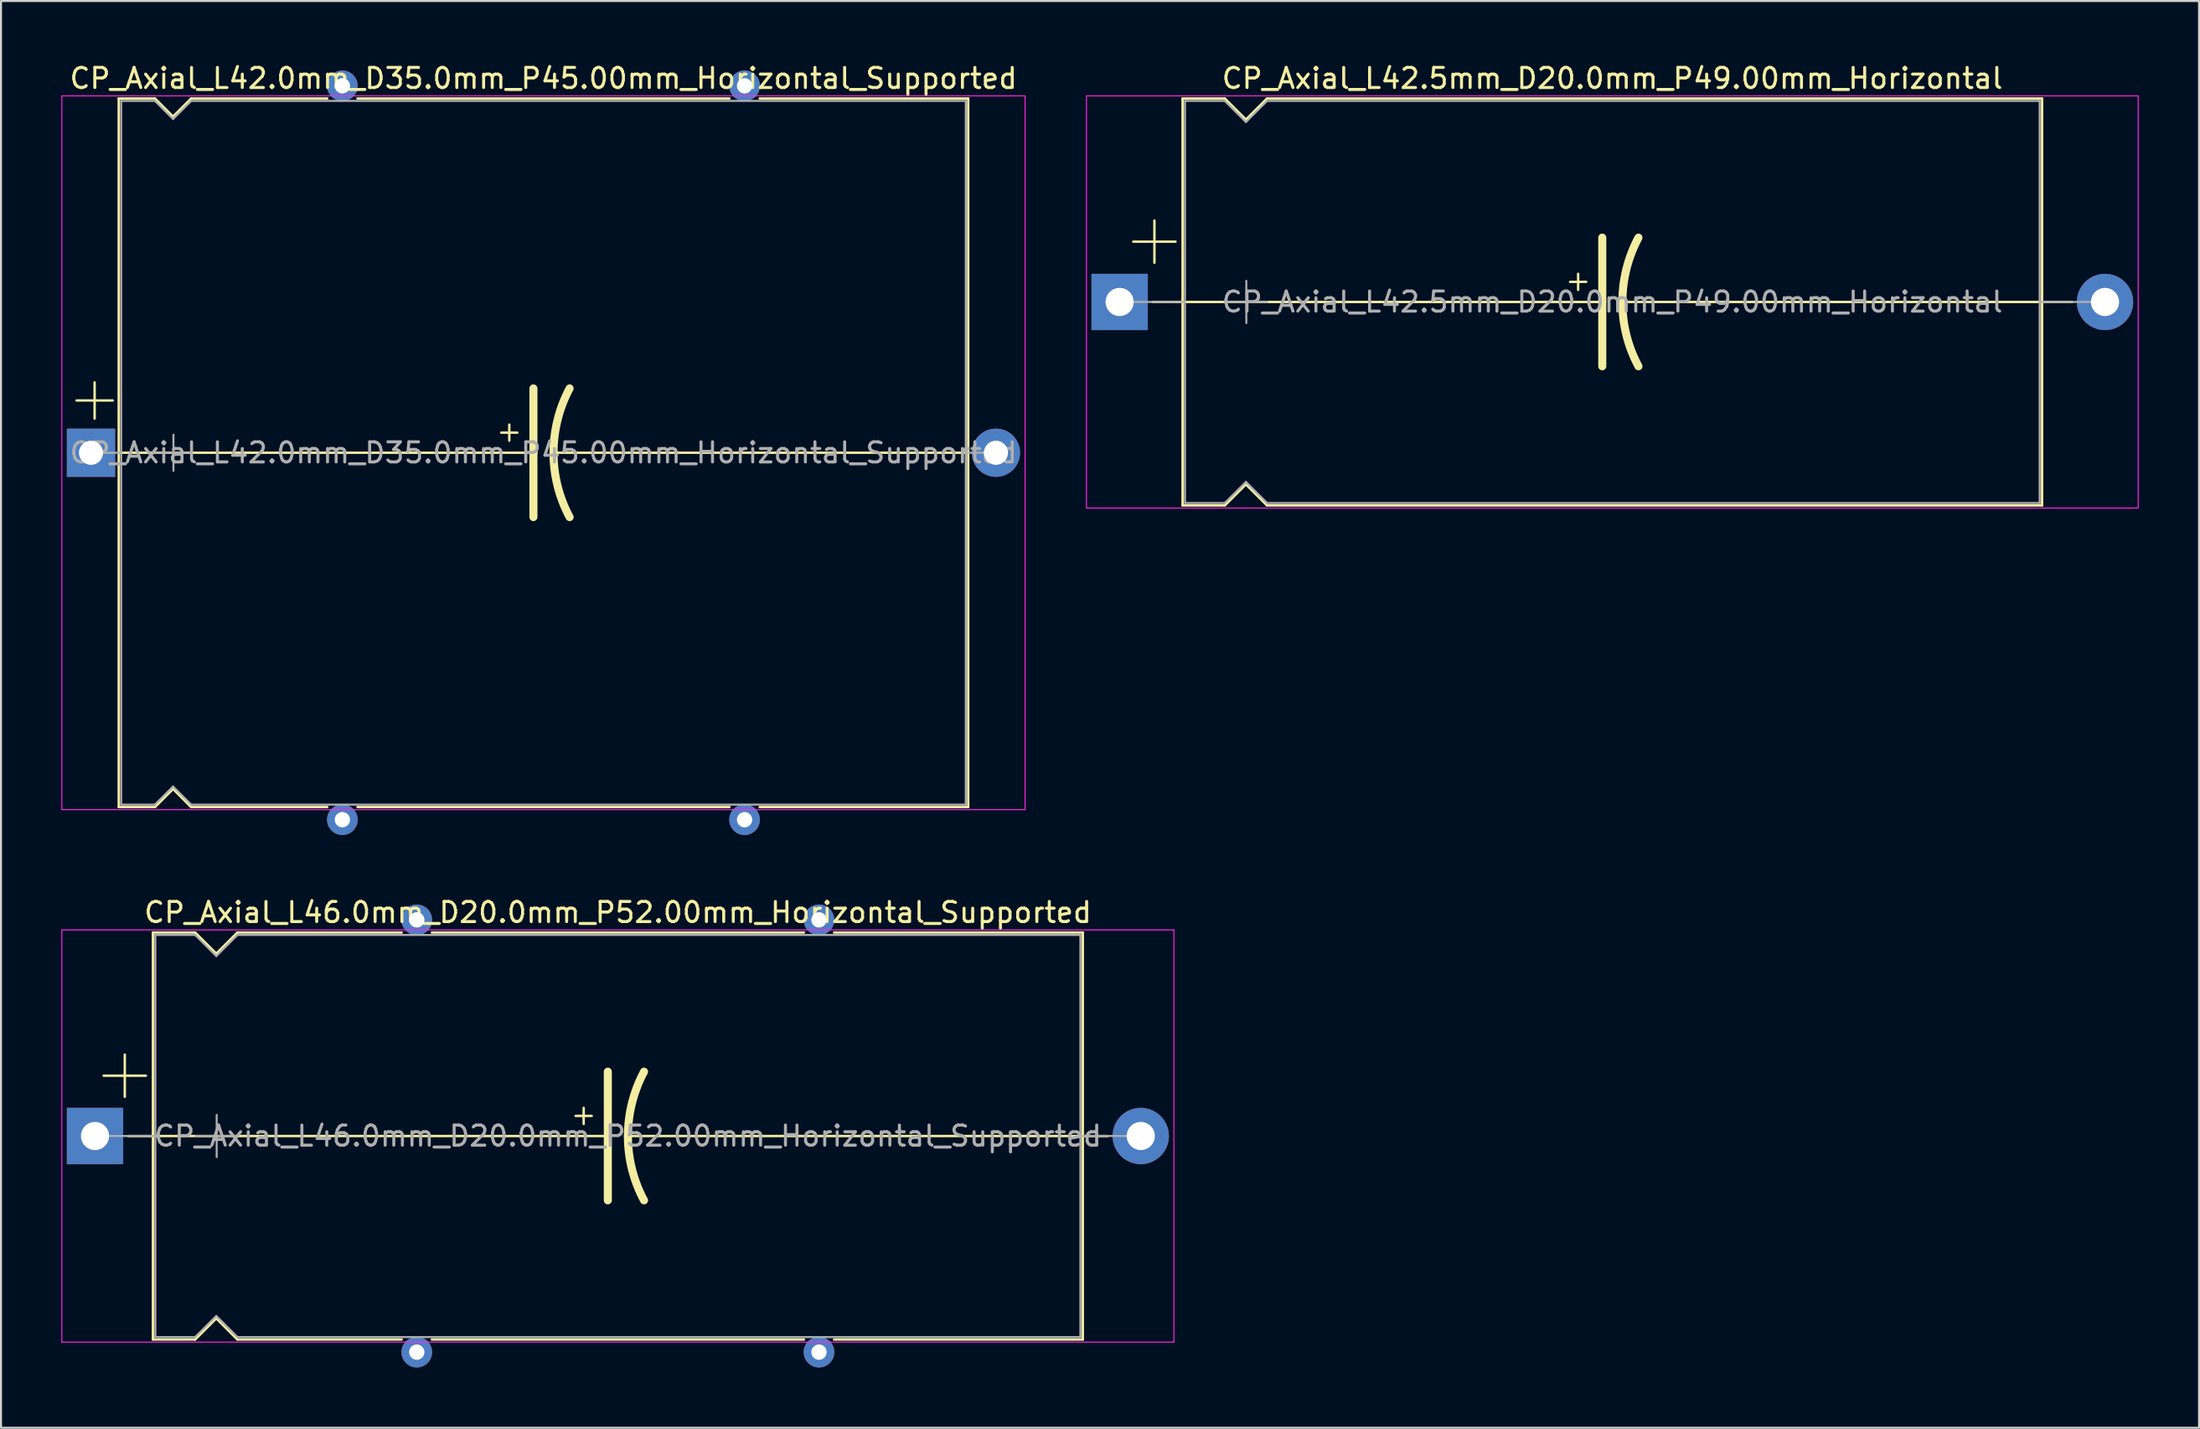
<source format=kicad_pcb>
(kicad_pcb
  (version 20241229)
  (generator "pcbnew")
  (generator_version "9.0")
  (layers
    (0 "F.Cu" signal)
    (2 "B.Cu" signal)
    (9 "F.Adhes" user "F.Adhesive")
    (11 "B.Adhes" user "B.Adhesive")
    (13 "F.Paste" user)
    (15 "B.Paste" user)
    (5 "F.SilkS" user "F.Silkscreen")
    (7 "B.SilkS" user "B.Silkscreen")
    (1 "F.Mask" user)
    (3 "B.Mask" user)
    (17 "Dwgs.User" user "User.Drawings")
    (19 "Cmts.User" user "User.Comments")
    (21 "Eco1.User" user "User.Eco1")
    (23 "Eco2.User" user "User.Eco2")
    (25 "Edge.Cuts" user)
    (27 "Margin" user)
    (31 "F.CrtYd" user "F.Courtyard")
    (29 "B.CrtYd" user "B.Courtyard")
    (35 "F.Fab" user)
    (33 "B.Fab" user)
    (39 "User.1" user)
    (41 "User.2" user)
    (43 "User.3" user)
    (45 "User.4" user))
  (footprint "CP_Axial_L42.0mm_D35.0mm_P45.00mm_Horizontal_Supported"
    (layer "F.Cu")
    (at 1.475 19.468)
    (property "Reference" "CP_Axial_L42.0mm_D35.0mm_P45.00mm_Horizontal_Supported" (at 22.5 -18.62 0) (layer "F.SilkS") (effects (font (size 1 1) (thickness 0.15))))
    (attr through_hole)
    (fp_line (start -0.72 -2.6) (end 1.08 -2.6) (stroke (width 0.12) (type solid)) (layer "F.SilkS"))
    (fp_line (start 0.18 -3.5) (end 0.18 -1.7) (stroke (width 0.12) (type solid)) (layer "F.SilkS"))
    (fp_line (start 1.38 -17.62) (end 1.38 17.62) (stroke (width 0.12) (type solid)) (layer "F.SilkS"))
    (fp_line (start 1.38 -17.62) (end 3.18 -17.62) (stroke (width 0.12) (type solid)) (layer "F.SilkS"))
    (fp_line (start 1.38 0) (end 22 0) (stroke (width 0.12) (type solid)) (layer "F.SilkS"))
    (fp_line (start 1.38 17.62) (end 3.18 17.62) (stroke (width 0.12) (type solid)) (layer "F.SilkS"))
    (fp_line (start 3.18 -17.62) (end 4.08 -16.72) (stroke (width 0.12) (type solid)) (layer "F.SilkS"))
    (fp_line (start 3.18 17.62) (end 4.08 16.72) (stroke (width 0.12) (type solid)) (layer "F.SilkS"))
    (fp_line (start 4.08 -16.72) (end 4.98 -17.62) (stroke (width 0.12) (type solid)) (layer "F.SilkS"))
    (fp_line (start 4.08 16.72) (end 4.98 17.62) (stroke (width 0.12) (type solid)) (layer "F.SilkS"))
    (fp_line (start 4.98 -17.62) (end 11.75 -17.62) (stroke (width 0.12) (type solid)) (layer "F.SilkS"))
    (fp_line (start 4.98 17.62) (end 11.75 17.62) (stroke (width 0.12) (type solid)) (layer "F.SilkS"))
    (fp_line (start 13.25 -17.62) (end 31.75 -17.62) (stroke (width 0.12) (type solid)) (layer "F.SilkS"))
    (fp_line (start 13.25 17.62) (end 31.75 17.62) (stroke (width 0.12) (type solid)) (layer "F.SilkS"))
    (fp_line (start 20.4 -1) (end 21.2 -1) (stroke (width 0.12) (type solid)) (layer "F.SilkS"))
    (fp_line (start 20.8 -1.4) (end 20.8 -0.6) (stroke (width 0.12) (type solid)) (layer "F.SilkS"))
    (fp_line (start 22 0) (end 22 -3.2) (stroke (width 0.4) (type solid)) (layer "F.SilkS"))
    (fp_line (start 22 0) (end 22 3.2) (stroke (width 0.4) (type solid)) (layer "F.SilkS"))
    (fp_line (start 33.25 -17.62) (end 43.62 -17.62) (stroke (width 0.12) (type solid)) (layer "F.SilkS"))
    (fp_line (start 33.25 17.62) (end 43.62 17.62) (stroke (width 0.12) (type solid)) (layer "F.SilkS"))
    (fp_line (start 43.62 -17.62) (end 43.62 17.62) (stroke (width 0.12) (type solid)) (layer "F.SilkS"))
    (fp_line (start 43.62 0) (end 23 0) (stroke (width 0.12) (type solid)) (layer "F.SilkS"))
    (fp_arc (start 23 0) (mid 23.203545 -1.649114) (end 23.8 -3.2) (stroke (width 0.4) (type solid)) (layer "F.SilkS"))
    (fp_arc (start 23.8 3.2) (mid 23.200709 1.649823) (end 23 0) (stroke (width 0.4) (type solid)) (layer "F.SilkS"))
    (fp_line (start -1.45 -17.75) (end -1.45 17.75) (stroke (width 0.05) (type solid)) (layer "F.CrtYd"))
    (fp_line (start -1.45 17.75) (end 46.45 17.75) (stroke (width 0.05) (type solid)) (layer "F.CrtYd"))
    (fp_line (start 46.45 -17.75) (end -1.45 -17.75) (stroke (width 0.05) (type solid)) (layer "F.CrtYd"))
    (fp_line (start 46.45 17.75) (end 46.45 -17.75) (stroke (width 0.05) (type solid)) (layer "F.CrtYd"))
    (fp_line (start 0 0) (end 1.5 0) (stroke (width 0.1) (type solid)) (layer "F.Fab"))
    (fp_line (start 1.5 -17.5) (end 1.5 17.5) (stroke (width 0.1) (type solid)) (layer "F.Fab"))
    (fp_line (start 1.5 -17.5) (end 3.18 -17.5) (stroke (width 0.1) (type solid)) (layer "F.Fab"))
    (fp_line (start 1.5 17.5) (end 3.18 17.5) (stroke (width 0.1) (type solid)) (layer "F.Fab"))
    (fp_line (start 3.18 -17.5) (end 4.08 -16.6) (stroke (width 0.1) (type solid)) (layer "F.Fab"))
    (fp_line (start 3.18 17.5) (end 4.08 16.6) (stroke (width 0.1) (type solid)) (layer "F.Fab"))
    (fp_line (start 3.2 0) (end 5 0) (stroke (width 0.1) (type solid)) (layer "F.Fab"))
    (fp_line (start 4.08 -16.6) (end 4.98 -17.5) (stroke (width 0.1) (type solid)) (layer "F.Fab"))
    (fp_line (start 4.08 16.6) (end 4.98 17.5) (stroke (width 0.1) (type solid)) (layer "F.Fab"))
    (fp_line (start 4.1 -0.9) (end 4.1 0.9) (stroke (width 0.1) (type solid)) (layer "F.Fab"))
    (fp_line (start 4.98 -17.5) (end 43.5 -17.5) (stroke (width 0.1) (type solid)) (layer "F.Fab"))
    (fp_line (start 4.98 17.5) (end 43.5 17.5) (stroke (width 0.1) (type solid)) (layer "F.Fab"))
    (fp_line (start 43.5 -17.5) (end 43.5 17.5) (stroke (width 0.1) (type solid)) (layer "F.Fab"))
    (fp_line (start 45 0) (end 43.5 0) (stroke (width 0.1) (type solid)) (layer "F.Fab"))
    (fp_text user "${REFERENCE}" (at 22.5 0 0) (layer "F.Fab") (effects (font (size 1 1) (thickness 0.15))))
    (pad "" thru_hole circle (at 12.5 -18.25) (size 1.524 1.524) (drill 0.762) (layers "*.Cu" "*.Mask"))
    (pad "" thru_hole circle (at 12.5 18.25) (size 1.524 1.524) (drill 0.762) (layers "*.Cu" "*.Mask"))
    (pad "" thru_hole circle (at 32.5 -18.25) (size 1.524 1.524) (drill 0.762) (layers "*.Cu" "*.Mask"))
    (pad "" thru_hole circle (at 32.5 18.25) (size 1.524 1.524) (drill 0.762) (layers "*.Cu" "*.Mask"))
    (pad "1" thru_hole rect (at 0 0) (size 2.4 2.4) (drill 1.2) (layers "*.Cu" "*.Mask"))
    (pad "2" thru_hole oval (at 45 0) (size 2.4 2.4) (drill 1.2) (layers "*.Cu" "*.Mask")))
  (footprint "CP_Axial_L42.5mm_D20.0mm_P49.00mm_Horizontal"
    (layer "F.Cu")
    (at 52.625 11.968)
    (property "Reference" "CP_Axial_L42.5mm_D20.0mm_P49.00mm_Horizontal" (at 24.5 -11.12 0) (layer "F.SilkS") (effects (font (size 1 1) (thickness 0.15))))
    (attr through_hole)
    (fp_line (start 0.68 -3) (end 2.78 -3) (stroke (width 0.12) (type solid)) (layer "F.SilkS"))
    (fp_line (start 1.64 0) (end 3.13 0) (stroke (width 0.12) (type solid)) (layer "F.SilkS"))
    (fp_line (start 1.73 -4.05) (end 1.73 -1.95) (stroke (width 0.12) (type solid)) (layer "F.SilkS"))
    (fp_line (start 3.13 -10.12) (end 3.13 10.12) (stroke (width 0.12) (type solid)) (layer "F.SilkS"))
    (fp_line (start 3.13 -10.12) (end 5.23 -10.12) (stroke (width 0.12) (type solid)) (layer "F.SilkS"))
    (fp_line (start 3.13 0) (end 24 0) (stroke (width 0.12) (type solid)) (layer "F.SilkS"))
    (fp_line (start 3.13 10.12) (end 5.23 10.12) (stroke (width 0.12) (type solid)) (layer "F.SilkS"))
    (fp_line (start 5.23 -10.12) (end 6.28 -9.07) (stroke (width 0.12) (type solid)) (layer "F.SilkS"))
    (fp_line (start 5.23 10.12) (end 6.28 9.07) (stroke (width 0.12) (type solid)) (layer "F.SilkS"))
    (fp_line (start 6.28 -9.07) (end 7.33 -10.12) (stroke (width 0.12) (type solid)) (layer "F.SilkS"))
    (fp_line (start 6.28 9.07) (end 7.33 10.12) (stroke (width 0.12) (type solid)) (layer "F.SilkS"))
    (fp_line (start 7.33 -10.12) (end 45.87 -10.12) (stroke (width 0.12) (type solid)) (layer "F.SilkS"))
    (fp_line (start 7.33 10.12) (end 45.87 10.12) (stroke (width 0.12) (type solid)) (layer "F.SilkS"))
    (fp_line (start 22.4 -1) (end 23.2 -1) (stroke (width 0.12) (type solid)) (layer "F.SilkS"))
    (fp_line (start 22.8 -1.4) (end 22.8 -0.6) (stroke (width 0.12) (type solid)) (layer "F.SilkS"))
    (fp_line (start 24 0) (end 24 -3.2) (stroke (width 0.4) (type solid)) (layer "F.SilkS"))
    (fp_line (start 24 0) (end 24 3.2) (stroke (width 0.4) (type solid)) (layer "F.SilkS"))
    (fp_line (start 45.87 -10.12) (end 45.87 10.12) (stroke (width 0.12) (type solid)) (layer "F.SilkS"))
    (fp_line (start 45.87 0) (end 25 0) (stroke (width 0.12) (type solid)) (layer "F.SilkS"))
    (fp_line (start 47.36 0) (end 45.87 0) (stroke (width 0.12) (type solid)) (layer "F.SilkS"))
    (fp_arc (start 25 0) (mid 25.203545 -1.649114) (end 25.8 -3.2) (stroke (width 0.4) (type solid)) (layer "F.SilkS"))
    (fp_arc (start 25.8 3.2) (mid 25.200709 1.649823) (end 25 0) (stroke (width 0.4) (type solid)) (layer "F.SilkS"))
    (fp_line (start -1.65 -10.25) (end -1.65 10.25) (stroke (width 0.05) (type solid)) (layer "F.CrtYd"))
    (fp_line (start -1.65 10.25) (end 50.65 10.25) (stroke (width 0.05) (type solid)) (layer "F.CrtYd"))
    (fp_line (start 50.65 -10.25) (end -1.65 -10.25) (stroke (width 0.05) (type solid)) (layer "F.CrtYd"))
    (fp_line (start 50.65 10.25) (end 50.65 -10.25) (stroke (width 0.05) (type solid)) (layer "F.CrtYd"))
    (fp_line (start 0 0) (end 3.25 0) (stroke (width 0.1) (type solid)) (layer "F.Fab"))
    (fp_line (start 3.25 -10) (end 3.25 10) (stroke (width 0.1) (type solid)) (layer "F.Fab"))
    (fp_line (start 3.25 -10) (end 5.23 -10) (stroke (width 0.1) (type solid)) (layer "F.Fab"))
    (fp_line (start 3.25 10) (end 5.23 10) (stroke (width 0.1) (type solid)) (layer "F.Fab"))
    (fp_line (start 5.23 -10) (end 6.28 -8.95) (stroke (width 0.1) (type solid)) (layer "F.Fab"))
    (fp_line (start 5.23 10) (end 6.28 8.95) (stroke (width 0.1) (type solid)) (layer "F.Fab"))
    (fp_line (start 5.25 0) (end 7.35 0) (stroke (width 0.1) (type solid)) (layer "F.Fab"))
    (fp_line (start 6.28 -8.95) (end 7.33 -10) (stroke (width 0.1) (type solid)) (layer "F.Fab"))
    (fp_line (start 6.28 8.95) (end 7.33 10) (stroke (width 0.1) (type solid)) (layer "F.Fab"))
    (fp_line (start 6.3 -1.05) (end 6.3 1.05) (stroke (width 0.1) (type solid)) (layer "F.Fab"))
    (fp_line (start 7.33 -10) (end 45.75 -10) (stroke (width 0.1) (type solid)) (layer "F.Fab"))
    (fp_line (start 7.33 10) (end 45.75 10) (stroke (width 0.1) (type solid)) (layer "F.Fab"))
    (fp_line (start 45.75 -10) (end 45.75 10) (stroke (width 0.1) (type solid)) (layer "F.Fab"))
    (fp_line (start 49 0) (end 45.75 0) (stroke (width 0.1) (type solid)) (layer "F.Fab"))
    (fp_text user "${REFERENCE}" (at 24.5 0 0) (layer "F.Fab") (effects (font (size 1 1) (thickness 0.15))))
    (pad "1" thru_hole rect (at 0 0) (size 2.8 2.8) (drill 1.4) (layers "*.Cu" "*.Mask"))
    (pad "2" thru_hole oval (at 49 0) (size 2.8 2.8) (drill 1.4) (layers "*.Cu" "*.Mask")))
  (footprint "CP_Axial_L46.0mm_D20.0mm_P52.00mm_Horizontal_Supported"
    (layer "F.Cu")
    (at 1.675 53.449)
    (property "Reference" "CP_Axial_L46.0mm_D20.0mm_P52.00mm_Horizontal_Supported" (at 26 -11.12 0) (layer "F.SilkS") (effects (font (size 1 1) (thickness 0.15))))
    (attr through_hole)
    (fp_line (start 0.43 -3) (end 2.53 -3) (stroke (width 0.12) (type solid)) (layer "F.SilkS"))
    (fp_line (start 1.48 -4.05) (end 1.48 -1.95) (stroke (width 0.12) (type solid)) (layer "F.SilkS"))
    (fp_line (start 1.64 0) (end 2.88 0) (stroke (width 0.12) (type solid)) (layer "F.SilkS"))
    (fp_line (start 2.88 -10.12) (end 2.88 10.12) (stroke (width 0.12) (type solid)) (layer "F.SilkS"))
    (fp_line (start 2.88 -10.12) (end 4.98 -10.12) (stroke (width 0.12) (type solid)) (layer "F.SilkS"))
    (fp_line (start 2.88 0) (end 25.5 0) (stroke (width 0.12) (type solid)) (layer "F.SilkS"))
    (fp_line (start 2.88 10.12) (end 4.98 10.12) (stroke (width 0.12) (type solid)) (layer "F.SilkS"))
    (fp_line (start 4.98 -10.12) (end 6.03 -9.07) (stroke (width 0.12) (type solid)) (layer "F.SilkS"))
    (fp_line (start 4.98 10.12) (end 6.03 9.07) (stroke (width 0.12) (type solid)) (layer "F.SilkS"))
    (fp_line (start 6.03 -9.07) (end 7.08 -10.12) (stroke (width 0.12) (type solid)) (layer "F.SilkS"))
    (fp_line (start 6.03 9.07) (end 7.08 10.12) (stroke (width 0.12) (type solid)) (layer "F.SilkS"))
    (fp_line (start 7.08 -10.12) (end 15.25 -10.12) (stroke (width 0.12) (type solid)) (layer "F.SilkS"))
    (fp_line (start 7.08 10.12) (end 15.25 10.12) (stroke (width 0.12) (type solid)) (layer "F.SilkS"))
    (fp_line (start 16.75 -10.12) (end 35.25 -10.12) (stroke (width 0.12) (type solid)) (layer "F.SilkS"))
    (fp_line (start 16.75 10.12) (end 35.25 10.12) (stroke (width 0.12) (type solid)) (layer "F.SilkS"))
    (fp_line (start 23.9 -1) (end 24.7 -1) (stroke (width 0.12) (type solid)) (layer "F.SilkS"))
    (fp_line (start 24.3 -1.4) (end 24.3 -0.6) (stroke (width 0.12) (type solid)) (layer "F.SilkS"))
    (fp_line (start 25.5 0) (end 25.5 -3.2) (stroke (width 0.4) (type solid)) (layer "F.SilkS"))
    (fp_line (start 25.5 0) (end 25.5 3.2) (stroke (width 0.4) (type solid)) (layer "F.SilkS"))
    (fp_line (start 36.75 -10.12) (end 49.12 -10.12) (stroke (width 0.12) (type solid)) (layer "F.SilkS"))
    (fp_line (start 36.75 10.12) (end 49.12 10.12) (stroke (width 0.12) (type solid)) (layer "F.SilkS"))
    (fp_line (start 49.12 -10.12) (end 49.12 10.12) (stroke (width 0.12) (type solid)) (layer "F.SilkS"))
    (fp_line (start 49.12 0) (end 26.5 0) (stroke (width 0.12) (type solid)) (layer "F.SilkS"))
    (fp_line (start 50.36 0) (end 49.12 0) (stroke (width 0.12) (type solid)) (layer "F.SilkS"))
    (fp_arc (start 26.5 0) (mid 26.703545 -1.649114) (end 27.3 -3.2) (stroke (width 0.4) (type solid)) (layer "F.SilkS"))
    (fp_arc (start 27.3 3.2) (mid 26.700709 1.649823) (end 26.5 0) (stroke (width 0.4) (type solid)) (layer "F.SilkS"))
    (fp_line (start -1.65 -10.25) (end -1.65 10.25) (stroke (width 0.05) (type solid)) (layer "F.CrtYd"))
    (fp_line (start -1.65 10.25) (end 53.65 10.25) (stroke (width 0.05) (type solid)) (layer "F.CrtYd"))
    (fp_line (start 53.65 -10.25) (end -1.65 -10.25) (stroke (width 0.05) (type solid)) (layer "F.CrtYd"))
    (fp_line (start 53.65 10.25) (end 53.65 -10.25) (stroke (width 0.05) (type solid)) (layer "F.CrtYd"))
    (fp_line (start 0 0) (end 3 0) (stroke (width 0.1) (type solid)) (layer "F.Fab"))
    (fp_line (start 3 -10) (end 3 10) (stroke (width 0.1) (type solid)) (layer "F.Fab"))
    (fp_line (start 3 -10) (end 4.98 -10) (stroke (width 0.1) (type solid)) (layer "F.Fab"))
    (fp_line (start 3 10) (end 4.98 10) (stroke (width 0.1) (type solid)) (layer "F.Fab"))
    (fp_line (start 4.98 -10) (end 6.03 -8.95) (stroke (width 0.1) (type solid)) (layer "F.Fab"))
    (fp_line (start 4.98 10) (end 6.03 8.95) (stroke (width 0.1) (type solid)) (layer "F.Fab"))
    (fp_line (start 5 0) (end 7.1 0) (stroke (width 0.1) (type solid)) (layer "F.Fab"))
    (fp_line (start 6.03 -8.95) (end 7.08 -10) (stroke (width 0.1) (type solid)) (layer "F.Fab"))
    (fp_line (start 6.03 8.95) (end 7.08 10) (stroke (width 0.1) (type solid)) (layer "F.Fab"))
    (fp_line (start 6.05 -1.05) (end 6.05 1.05) (stroke (width 0.1) (type solid)) (layer "F.Fab"))
    (fp_line (start 7.08 -10) (end 49 -10) (stroke (width 0.1) (type solid)) (layer "F.Fab"))
    (fp_line (start 7.08 10) (end 49 10) (stroke (width 0.1) (type solid)) (layer "F.Fab"))
    (fp_line (start 49 -10) (end 49 10) (stroke (width 0.1) (type solid)) (layer "F.Fab"))
    (fp_line (start 52 0) (end 49 0) (stroke (width 0.1) (type solid)) (layer "F.Fab"))
    (fp_text user "${REFERENCE}" (at 26.5 0 0) (layer "F.Fab") (effects (font (size 1 1) (thickness 0.15))))
    (pad "" thru_hole circle (at 16 -10.75) (size 1.524 1.524) (drill 0.762) (layers "*.Cu" "*.Mask"))
    (pad "" thru_hole circle (at 16 10.75) (size 1.524 1.524) (drill 0.762) (layers "*.Cu" "*.Mask"))
    (pad "" thru_hole circle (at 36 -10.75) (size 1.524 1.524) (drill 0.762) (layers "*.Cu" "*.Mask"))
    (pad "" thru_hole circle (at 36 10.75) (size 1.524 1.524) (drill 0.762) (layers "*.Cu" "*.Mask"))
    (pad "1" thru_hole rect (at 0 0) (size 2.8 2.8) (drill 1.4) (layers "*.Cu" "*.Mask"))
    (pad "2" thru_hole oval (at 52 0) (size 2.8 2.8) (drill 1.4) (layers "*.Cu" "*.Mask")))
  (gr_rect
    (start -3 -3)
    (end 106.3 67.96)
    (stroke (width 0.1) (type default))
    (fill no)
    (layer "Edge.Cuts")))
</source>
